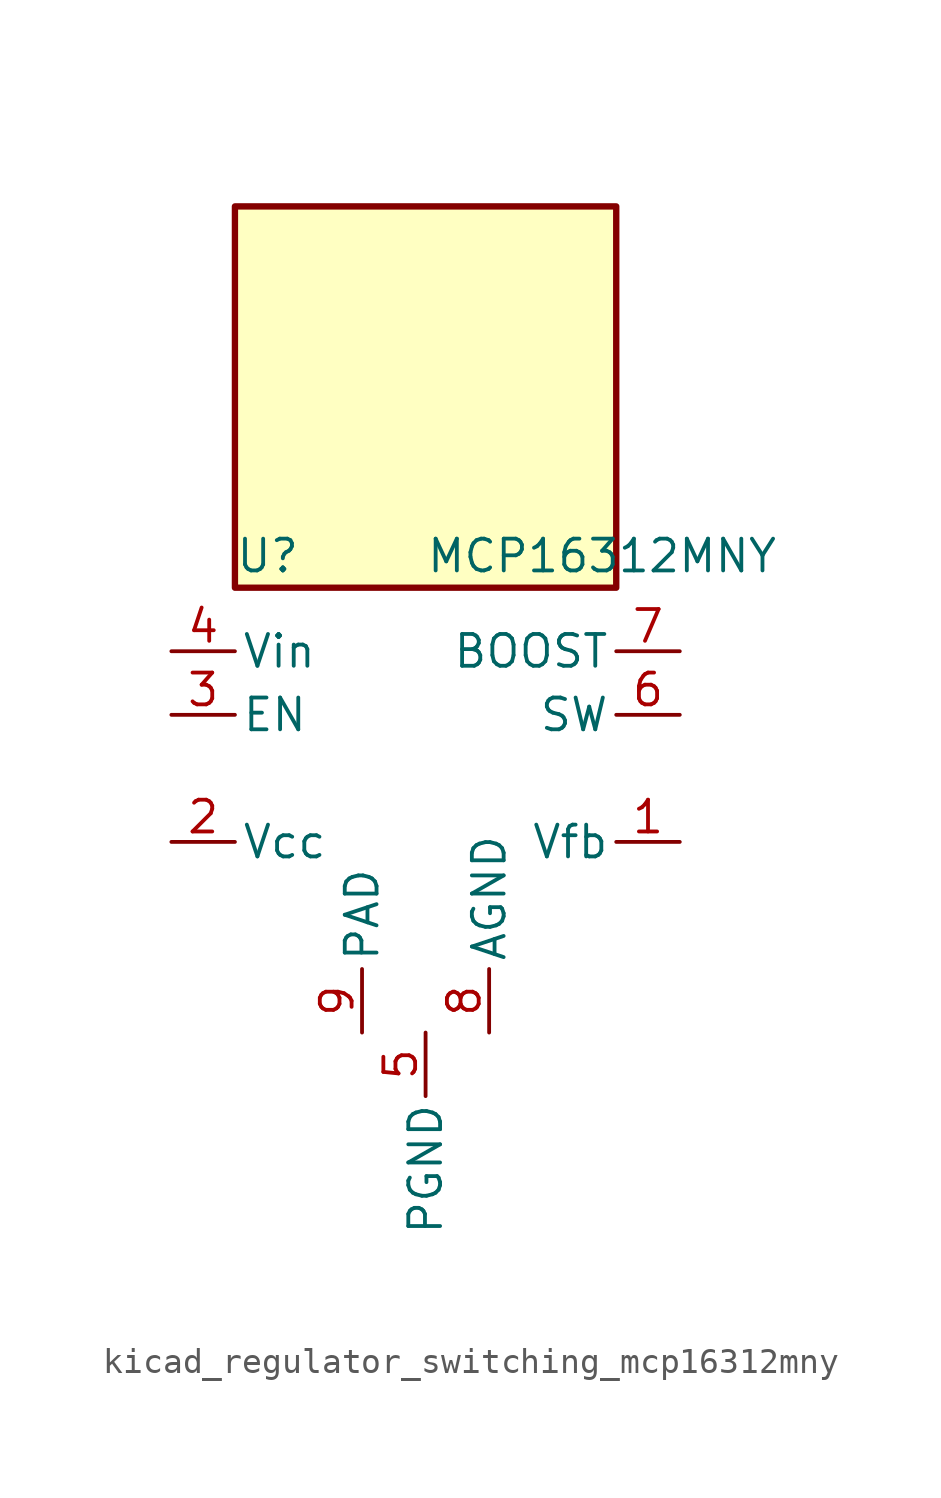
<source format=kicad_sym>
(kicad_symbol_lib
  (version 20220914)
  (generator kicad_symbol_editor)
  (symbol "kicad_regulator_switching_mcp16312mny"
    (pin_names
      (offset 0.254))
    (property "Reference" "U"
      (at -7.62 11.43 0)
      (effects (font (size 1.27 1.27)) (justify left)))
    (property "Value" "MCP16312MNY"
      (at 0 11.43 0)
      (effects (font (size 1.27 1.27)) (justify left)))
    (symbol "kicad_regulator_switching_mcp16312mny_0_1"
      (rectangle (start 7.62 25.4) (end -7.62 10.16) (stroke (width 0.254) (type default)) (fill (type background))))
    (symbol "kicad_regulator_switching_mcp16312mny_1_1"
      (pin input line (at 10.16 0 180) (length 2.54) (name "Vfb" (effects (font (size 1.27 1.27)))) (number "1" (effects (font (size 1.27 1.27)))))
      (pin power_out line (at -10.16 0 0) (length 2.54) (name "Vcc" (effects (font (size 1.27 1.27)))) (number "2" (effects (font (size 1.27 1.27)))))
      (pin input line (at -10.16 5.08 0) (length 2.54) (name "EN" (effects (font (size 1.27 1.27)))) (number "3" (effects (font (size 1.27 1.27)))))
      (pin power_in line (at -10.16 7.62 0) (length 2.54) (name "Vin" (effects (font (size 1.27 1.27)))) (number "4" (effects (font (size 1.27 1.27)))))
      (pin power_in line (at 0 -7.62 270) (length 2.54) (name "PGND" (effects (font (size 1.27 1.27)))) (number "5" (effects (font (size 1.27 1.27)))))
      (pin power_out line (at 10.16 5.08 180) (length 2.54) (name "SW" (effects (font (size 1.27 1.27)))) (number "6" (effects (font (size 1.27 1.27)))))
      (pin output line (at 10.16 7.62 180) (length 2.54) (name "BOOST" (effects (font (size 1.27 1.27)))) (number "7" (effects (font (size 1.27 1.27)))))
      (pin power_in line (at 2.54 -7.62 90) (length 2.54) (name "AGND" (effects (font (size 1.27 1.27)))) (number "8" (effects (font (size 1.27 1.27)))))
      (pin power_in line (at -2.54 -7.62 90) (length 2.54) (name "PAD" (effects (font (size 1.27 1.27)))) (number "9" (effects (font (size 1.27 1.27))))))))
</source>
